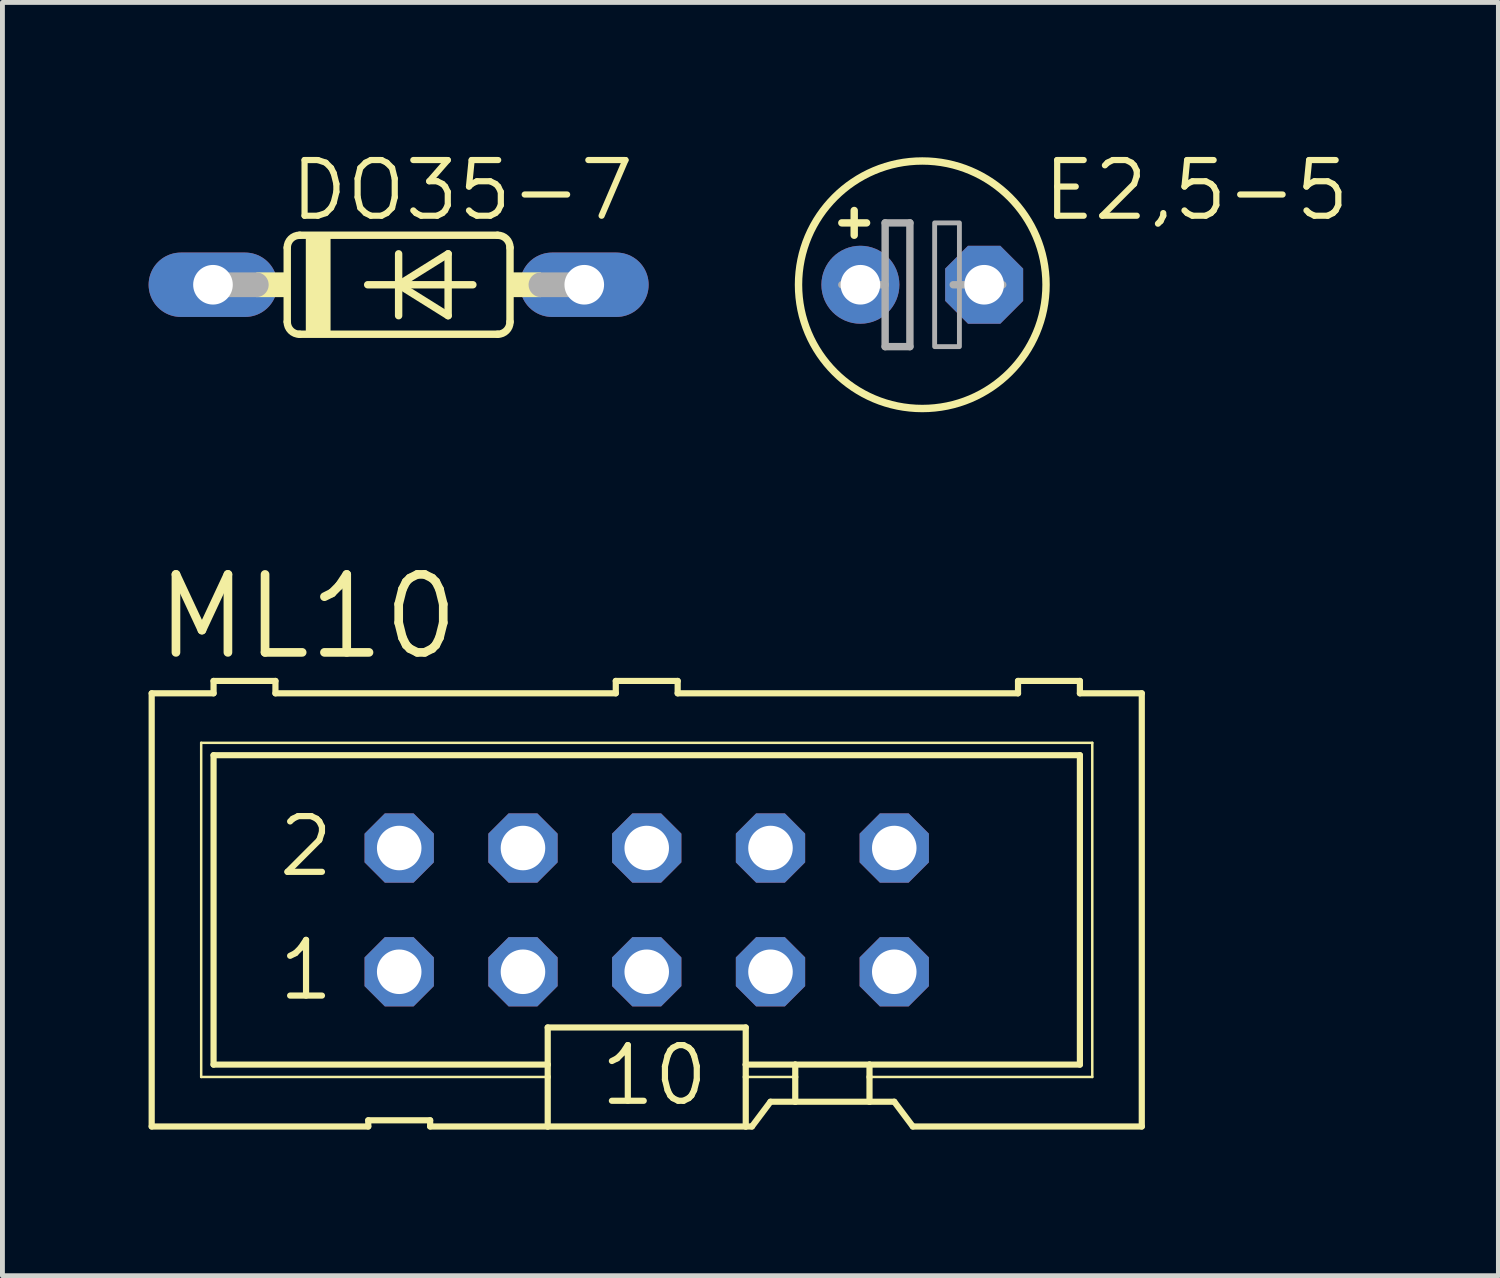
<source format=kicad_pcb>
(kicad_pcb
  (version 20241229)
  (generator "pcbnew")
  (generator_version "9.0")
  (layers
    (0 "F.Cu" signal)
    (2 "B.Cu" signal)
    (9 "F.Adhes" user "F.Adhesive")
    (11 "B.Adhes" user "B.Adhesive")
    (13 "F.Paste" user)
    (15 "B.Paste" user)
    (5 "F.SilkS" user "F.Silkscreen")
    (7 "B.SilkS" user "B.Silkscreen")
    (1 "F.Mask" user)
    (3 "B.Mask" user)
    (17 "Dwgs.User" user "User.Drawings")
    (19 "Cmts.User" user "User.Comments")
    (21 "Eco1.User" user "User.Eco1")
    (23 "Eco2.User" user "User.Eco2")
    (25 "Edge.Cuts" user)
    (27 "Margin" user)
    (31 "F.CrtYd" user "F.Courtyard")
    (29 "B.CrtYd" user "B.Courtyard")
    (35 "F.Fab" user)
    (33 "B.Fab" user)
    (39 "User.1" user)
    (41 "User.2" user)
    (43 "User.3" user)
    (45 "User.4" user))
  (footprint "ML10"
    (layer "F.Cu")
    (at 10.223 15.624)
    (property "Reference" "ML10" (at -10.16 -5.08 0) (layer "F.SilkS") (effects (font (size 1.6 1.6) (thickness 0.178)) (justify left bottom)))
    (fp_line (start -10.16 -4.445) (end -10.16 4.445) (stroke (width 0.127) (type solid)) (layer "F.SilkS"))
    (fp_line (start -10.16 -4.445) (end -8.89 -4.445) (stroke (width 0.127) (type solid)) (layer "F.SilkS"))
    (fp_line (start -9.144 -3.429) (end -9.144 3.429) (stroke (width 0.051) (type solid)) (layer "F.SilkS"))
    (fp_line (start -9.144 3.429) (end -2.032 3.429) (stroke (width 0.051) (type solid)) (layer "F.SilkS"))
    (fp_line (start -8.89 -4.699) (end -8.89 -4.445) (stroke (width 0.127) (type solid)) (layer "F.SilkS"))
    (fp_line (start -8.89 -3.175) (end -8.89 3.175) (stroke (width 0.127) (type solid)) (layer "F.SilkS"))
    (fp_line (start -8.89 -3.175) (end 8.89 -3.175) (stroke (width 0.127) (type solid)) (layer "F.SilkS"))
    (fp_line (start -7.62 -4.699) (end -8.89 -4.699) (stroke (width 0.127) (type solid)) (layer "F.SilkS"))
    (fp_line (start -7.62 -4.699) (end -7.62 -4.445) (stroke (width 0.127) (type solid)) (layer "F.SilkS"))
    (fp_line (start -7.62 -4.445) (end -0.635 -4.445) (stroke (width 0.127) (type solid)) (layer "F.SilkS"))
    (fp_line (start -5.715 4.445) (end -10.16 4.445) (stroke (width 0.127) (type solid)) (layer "F.SilkS"))
    (fp_line (start -5.715 4.445) (end -5.715 4.318) (stroke (width 0.127) (type solid)) (layer "F.SilkS"))
    (fp_line (start -4.445 4.318) (end -5.715 4.318) (stroke (width 0.127) (type solid)) (layer "F.SilkS"))
    (fp_line (start -4.445 4.318) (end -4.445 4.445) (stroke (width 0.127) (type solid)) (layer "F.SilkS"))
    (fp_line (start -2.032 3.175) (end -8.89 3.175) (stroke (width 0.127) (type solid)) (layer "F.SilkS"))
    (fp_line (start -2.032 3.175) (end -2.032 2.413) (stroke (width 0.127) (type solid)) (layer "F.SilkS"))
    (fp_line (start -2.032 3.175) (end -2.032 3.429) (stroke (width 0.127) (type solid)) (layer "F.SilkS"))
    (fp_line (start -2.032 3.429) (end -2.032 4.445) (stroke (width 0.127) (type solid)) (layer "F.SilkS"))
    (fp_line (start -2.032 4.445) (end -4.445 4.445) (stroke (width 0.127) (type solid)) (layer "F.SilkS"))
    (fp_line (start -0.635 -4.699) (end -0.635 -4.445) (stroke (width 0.127) (type solid)) (layer "F.SilkS"))
    (fp_line (start 0.635 -4.699) (end -0.635 -4.699) (stroke (width 0.127) (type solid)) (layer "F.SilkS"))
    (fp_line (start 0.635 -4.699) (end 0.635 -4.445) (stroke (width 0.127) (type solid)) (layer "F.SilkS"))
    (fp_line (start 0.635 -4.445) (end 7.62 -4.445) (stroke (width 0.127) (type solid)) (layer "F.SilkS"))
    (fp_line (start 2.032 2.413) (end -2.032 2.413) (stroke (width 0.127) (type solid)) (layer "F.SilkS"))
    (fp_line (start 2.032 2.413) (end 2.032 3.175) (stroke (width 0.127) (type solid)) (layer "F.SilkS"))
    (fp_line (start 2.032 3.175) (end 2.032 3.429) (stroke (width 0.127) (type solid)) (layer "F.SilkS"))
    (fp_line (start 2.032 3.429) (end 2.032 4.445) (stroke (width 0.127) (type solid)) (layer "F.SilkS"))
    (fp_line (start 2.032 4.445) (end -2.032 4.445) (stroke (width 0.127) (type solid)) (layer "F.SilkS"))
    (fp_line (start 2.159 4.445) (end 2.032 4.445) (stroke (width 0.127) (type solid)) (layer "F.SilkS"))
    (fp_line (start 2.159 4.445) (end 2.54 3.937) (stroke (width 0.127) (type solid)) (layer "F.SilkS"))
    (fp_line (start 3.048 3.175) (end 2.032 3.175) (stroke (width 0.127) (type solid)) (layer "F.SilkS"))
    (fp_line (start 3.048 3.175) (end 3.048 3.429) (stroke (width 0.127) (type solid)) (layer "F.SilkS"))
    (fp_line (start 3.048 3.429) (end 2.032 3.429) (stroke (width 0.051) (type solid)) (layer "F.SilkS"))
    (fp_line (start 3.048 3.429) (end 3.048 3.937) (stroke (width 0.127) (type solid)) (layer "F.SilkS"))
    (fp_line (start 3.048 3.937) (end 2.54 3.937) (stroke (width 0.127) (type solid)) (layer "F.SilkS"))
    (fp_line (start 4.572 3.175) (end 3.048 3.175) (stroke (width 0.127) (type solid)) (layer "F.SilkS"))
    (fp_line (start 4.572 3.175) (end 4.572 3.429) (stroke (width 0.127) (type solid)) (layer "F.SilkS"))
    (fp_line (start 4.572 3.429) (end 4.572 3.937) (stroke (width 0.127) (type solid)) (layer "F.SilkS"))
    (fp_line (start 4.572 3.429) (end 9.144 3.429) (stroke (width 0.051) (type solid)) (layer "F.SilkS"))
    (fp_line (start 4.572 3.937) (end 3.048 3.937) (stroke (width 0.127) (type solid)) (layer "F.SilkS"))
    (fp_line (start 5.08 3.937) (end 4.572 3.937) (stroke (width 0.127) (type solid)) (layer "F.SilkS"))
    (fp_line (start 5.08 3.937) (end 5.461 4.445) (stroke (width 0.127) (type solid)) (layer "F.SilkS"))
    (fp_line (start 7.62 -4.445) (end 7.62 -4.699) (stroke (width 0.127) (type solid)) (layer "F.SilkS"))
    (fp_line (start 8.89 -4.699) (end 7.62 -4.699) (stroke (width 0.127) (type solid)) (layer "F.SilkS"))
    (fp_line (start 8.89 -4.445) (end 8.89 -4.699) (stroke (width 0.127) (type solid)) (layer "F.SilkS"))
    (fp_line (start 8.89 -4.445) (end 10.16 -4.445) (stroke (width 0.127) (type solid)) (layer "F.SilkS"))
    (fp_line (start 8.89 3.175) (end 4.572 3.175) (stroke (width 0.127) (type solid)) (layer "F.SilkS"))
    (fp_line (start 8.89 3.175) (end 8.89 -3.175) (stroke (width 0.127) (type solid)) (layer "F.SilkS"))
    (fp_line (start 9.144 -3.429) (end -9.144 -3.429) (stroke (width 0.051) (type solid)) (layer "F.SilkS"))
    (fp_line (start 9.144 3.429) (end 9.144 -3.429) (stroke (width 0.051) (type solid)) (layer "F.SilkS"))
    (fp_line (start 10.16 4.445) (end 5.461 4.445) (stroke (width 0.127) (type solid)) (layer "F.SilkS"))
    (fp_line (start 10.16 4.445) (end 10.16 -4.445) (stroke (width 0.127) (type solid)) (layer "F.SilkS"))
    (fp_poly (pts (xy -5.334 -1.016) (xy -4.826 -1.016) (xy -4.826 -1.524) (xy -5.334 -1.524)) (stroke (width 0.1) (type solid)) (fill no) (layer "F.Fab"))
    (fp_poly (pts (xy -5.334 1.524) (xy -4.826 1.524) (xy -4.826 1.016) (xy -5.334 1.016)) (stroke (width 0.1) (type solid)) (fill no) (layer "F.Fab"))
    (fp_poly (pts (xy -2.794 -1.016) (xy -2.286 -1.016) (xy -2.286 -1.524) (xy -2.794 -1.524)) (stroke (width 0.1) (type solid)) (fill no) (layer "F.Fab"))
    (fp_poly (pts (xy -2.794 1.524) (xy -2.286 1.524) (xy -2.286 1.016) (xy -2.794 1.016)) (stroke (width 0.1) (type solid)) (fill no) (layer "F.Fab"))
    (fp_poly (pts (xy -0.254 -1.016) (xy 0.254 -1.016) (xy 0.254 -1.524) (xy -0.254 -1.524)) (stroke (width 0.1) (type solid)) (fill no) (layer "F.Fab"))
    (fp_poly (pts (xy -0.254 1.524) (xy 0.254 1.524) (xy 0.254 1.016) (xy -0.254 1.016)) (stroke (width 0.1) (type solid)) (fill no) (layer "F.Fab"))
    (fp_poly (pts (xy 2.286 -1.016) (xy 2.794 -1.016) (xy 2.794 -1.524) (xy 2.286 -1.524)) (stroke (width 0.1) (type solid)) (fill no) (layer "F.Fab"))
    (fp_poly (pts (xy 2.286 1.524) (xy 2.794 1.524) (xy 2.794 1.016) (xy 2.286 1.016)) (stroke (width 0.1) (type solid)) (fill no) (layer "F.Fab"))
    (fp_poly (pts (xy 4.826 -1.016) (xy 5.334 -1.016) (xy 5.334 -1.524) (xy 4.826 -1.524)) (stroke (width 0.1) (type solid)) (fill no) (layer "F.Fab"))
    (fp_poly (pts (xy 4.826 1.524) (xy 5.334 1.524) (xy 5.334 1.016) (xy 4.826 1.016)) (stroke (width 0.1) (type solid)) (fill no) (layer "F.Fab"))
    (fp_text user "10" (at -1.016 4.064 0) (layer "F.SilkS") (effects (font (size 1.143 1.143) (thickness 0.127)) (justify left bottom)))
    (fp_text user "1" (at -7.62 1.905 0) (layer "F.SilkS") (effects (font (size 1.143 1.143) (thickness 0.127)) (justify left bottom)))
    (fp_text user "2" (at -7.62 -0.635 0) (layer "F.SilkS") (effects (font (size 1.143 1.143) (thickness 0.127)) (justify left bottom)))
    (pad "1" thru_hole roundrect (at -5.08 1.27) (size 1.422 1.422) (drill 0.914) (layers "*.Cu" "*.Mask") (roundrect_rratio 0.25) (chamfer_ratio 0.293) (chamfer top_left top_right bottom_left bottom_right))
    (pad "2" thru_hole roundrect (at -5.08 -1.27) (size 1.422 1.422) (drill 0.914) (layers "*.Cu" "*.Mask") (roundrect_rratio 0.25) (chamfer_ratio 0.293) (chamfer top_left top_right bottom_left bottom_right))
    (pad "3" thru_hole roundrect (at -2.54 1.27) (size 1.422 1.422) (drill 0.914) (layers "*.Cu" "*.Mask") (roundrect_rratio 0.25) (chamfer_ratio 0.293) (chamfer top_left top_right bottom_left bottom_right))
    (pad "4" thru_hole roundrect (at -2.54 -1.27) (size 1.422 1.422) (drill 0.914) (layers "*.Cu" "*.Mask") (roundrect_rratio 0.25) (chamfer_ratio 0.293) (chamfer top_left top_right bottom_left bottom_right))
    (pad "5" thru_hole roundrect (at 0 1.27) (size 1.422 1.422) (drill 0.914) (layers "*.Cu" "*.Mask") (roundrect_rratio 0.25) (chamfer_ratio 0.293) (chamfer top_left top_right bottom_left bottom_right))
    (pad "6" thru_hole roundrect (at 0 -1.27) (size 1.422 1.422) (drill 0.914) (layers "*.Cu" "*.Mask") (roundrect_rratio 0.25) (chamfer_ratio 0.293) (chamfer top_left top_right bottom_left bottom_right))
    (pad "7" thru_hole roundrect (at 2.54 1.27) (size 1.422 1.422) (drill 0.914) (layers "*.Cu" "*.Mask") (roundrect_rratio 0.25) (chamfer_ratio 0.293) (chamfer top_left top_right bottom_left bottom_right))
    (pad "8" thru_hole roundrect (at 2.54 -1.27) (size 1.422 1.422) (drill 0.914) (layers "*.Cu" "*.Mask") (roundrect_rratio 0.25) (chamfer_ratio 0.293) (chamfer top_left top_right bottom_left bottom_right))
    (pad "9" thru_hole roundrect (at 5.08 1.27) (size 1.422 1.422) (drill 0.914) (layers "*.Cu" "*.Mask") (roundrect_rratio 0.25) (chamfer_ratio 0.293) (chamfer top_left top_right bottom_left bottom_right))
    (pad "10" thru_hole roundrect (at 5.08 -1.27) (size 1.422 1.422) (drill 0.914) (layers "*.Cu" "*.Mask") (roundrect_rratio 0.25) (chamfer_ratio 0.293) (chamfer top_left top_right bottom_left bottom_right)))
  (footprint "E2,5-5"
    (layer "F.Cu")
    (at 15.878 2.794)
    (property "Reference" "E2,5-5" (at 2.413 -1.27 0) (layer "F.SilkS") (effects (font (size 1.143 1.143) (thickness 0.127)) (justify left bottom)))
    (fp_line (start -1.651 -1.27) (end -1.397 -1.27) (stroke (width 0.152) (type solid)) (layer "F.SilkS"))
    (fp_line (start -1.397 -1.27) (end -1.397 -1.524) (stroke (width 0.152) (type solid)) (layer "F.SilkS"))
    (fp_line (start -1.397 -1.27) (end -1.143 -1.27) (stroke (width 0.152) (type solid)) (layer "F.SilkS"))
    (fp_line (start -1.397 -1.016) (end -1.397 -1.27) (stroke (width 0.152) (type solid)) (layer "F.SilkS"))
    (fp_circle (center 0 0) (end 2.54 0) (stroke (width 0.152) (type solid)) (fill no) (layer "F.SilkS"))
    (fp_line (start -1.651 0) (end -0.762 0) (stroke (width 0.152) (type solid)) (layer "F.Fab"))
    (fp_line (start -0.762 -1.27) (end -0.762 0) (stroke (width 0.152) (type solid)) (layer "F.Fab"))
    (fp_line (start -0.762 0) (end -0.762 1.27) (stroke (width 0.152) (type solid)) (layer "F.Fab"))
    (fp_line (start -0.762 1.27) (end -0.254 1.27) (stroke (width 0.152) (type solid)) (layer "F.Fab"))
    (fp_line (start -0.254 -1.27) (end -0.762 -1.27) (stroke (width 0.152) (type solid)) (layer "F.Fab"))
    (fp_line (start -0.254 1.27) (end -0.254 -1.27) (stroke (width 0.152) (type solid)) (layer "F.Fab"))
    (fp_line (start 0.635 0) (end 1.651 0) (stroke (width 0.152) (type solid)) (layer "F.Fab"))
    (fp_poly (pts (xy 0.254 1.27) (xy 0.762 1.27) (xy 0.762 -1.27) (xy 0.254 -1.27)) (stroke (width 0.1) (type solid)) (fill no) (layer "F.Fab"))
    (pad "+" thru_hole circle (at -1.27 0) (size 1.6 1.6) (drill 0.813) (layers "*.Cu" "*.Mask"))
    (pad "-" thru_hole roundrect (at 1.27 0) (size 1.6 1.6) (drill 0.813) (layers "*.Cu" "*.Mask") (roundrect_rratio 0.25) (chamfer_ratio 0.293) (chamfer top_left top_right bottom_left bottom_right)))
  (footprint "DO35-7"
    (layer "F.Cu")
    (at 5.131 2.794)
    (property "Reference" "DO35-7" (at -2.286 -1.27 0) (layer "F.SilkS") (effects (font (size 1.143 1.143) (thickness 0.127)) (justify left bottom)))
    (fp_line (start -2.286 -0.762) (end -2.286 0.762) (stroke (width 0.152) (type solid)) (layer "F.SilkS"))
    (fp_line (start -2.032 -1.016) (end 2.032 -1.016) (stroke (width 0.152) (type solid)) (layer "F.SilkS"))
    (fp_line (start -2.032 1.016) (end 2.032 1.016) (stroke (width 0.152) (type solid)) (layer "F.SilkS"))
    (fp_line (start -0.635 0) (end 0 0) (stroke (width 0.152) (type solid)) (layer "F.SilkS"))
    (fp_line (start 0 -0.635) (end 0 0) (stroke (width 0.152) (type solid)) (layer "F.SilkS"))
    (fp_line (start 0 0) (end 0 0.635) (stroke (width 0.152) (type solid)) (layer "F.SilkS"))
    (fp_line (start 0 0) (end 1.016 -0.635) (stroke (width 0.152) (type solid)) (layer "F.SilkS"))
    (fp_line (start 0 0) (end 1.524 0) (stroke (width 0.152) (type solid)) (layer "F.SilkS"))
    (fp_line (start 1.016 -0.635) (end 1.016 0.635) (stroke (width 0.152) (type solid)) (layer "F.SilkS"))
    (fp_line (start 1.016 0.635) (end 0 0) (stroke (width 0.152) (type solid)) (layer "F.SilkS"))
    (fp_line (start 2.286 -0.762) (end 2.286 0.762) (stroke (width 0.152) (type solid)) (layer "F.SilkS"))
    (fp_arc (start -2.286 -0.762) (mid -2.211605 -0.941605) (end -2.032 -1.016) (stroke (width 0.1524) (type solid)) (layer "F.SilkS"))
    (fp_arc (start -2.032 1.016) (mid -2.211605 0.941605) (end -2.286 0.762) (stroke (width 0.1524) (type solid)) (layer "F.SilkS"))
    (fp_arc (start 2.032 -1.016) (mid 2.211605 -0.941605) (end 2.286 -0.762) (stroke (width 0.1524) (type solid)) (layer "F.SilkS"))
    (fp_arc (start 2.286 0.762) (mid 2.211605 0.941605) (end 2.032 1.016) (stroke (width 0.1524) (type solid)) (layer "F.SilkS"))
    (fp_poly (pts (xy -2.921 0.254) (xy -2.286 0.254) (xy -2.286 -0.254) (xy -2.921 -0.254)) (stroke (width 0) (type solid)) (fill yes) (layer "F.SilkS"))
    (fp_poly (pts (xy -1.905 1.016) (xy -1.397 1.016) (xy -1.397 -1.016) (xy -1.905 -1.016)) (stroke (width 0) (type solid)) (fill yes) (layer "F.SilkS"))
    (fp_poly (pts (xy 2.286 0.254) (xy 2.921 0.254) (xy 2.921 -0.254) (xy 2.286 -0.254)) (stroke (width 0) (type solid)) (fill yes) (layer "F.SilkS"))
    (fp_line (start -3.81 0) (end -2.921 0) (stroke (width 0.508) (type solid)) (layer "F.Fab"))
    (fp_line (start 3.81 0) (end 2.921 0) (stroke (width 0.508) (type solid)) (layer "F.Fab"))
    (pad "A" thru_hole oval (at 3.81 0) (size 2.642 1.321) (drill 0.813) (layers "*.Cu" "*.Mask"))
    (pad "C" thru_hole oval (at -3.81 0) (size 2.642 1.321) (drill 0.813) (layers "*.Cu" "*.Mask")))
  (gr_rect
    (start -3 -3)
    (end 27.702 23.132)
    (stroke (width 0.1) (type default))
    (fill no)
    (layer "Edge.Cuts")))
</source>
